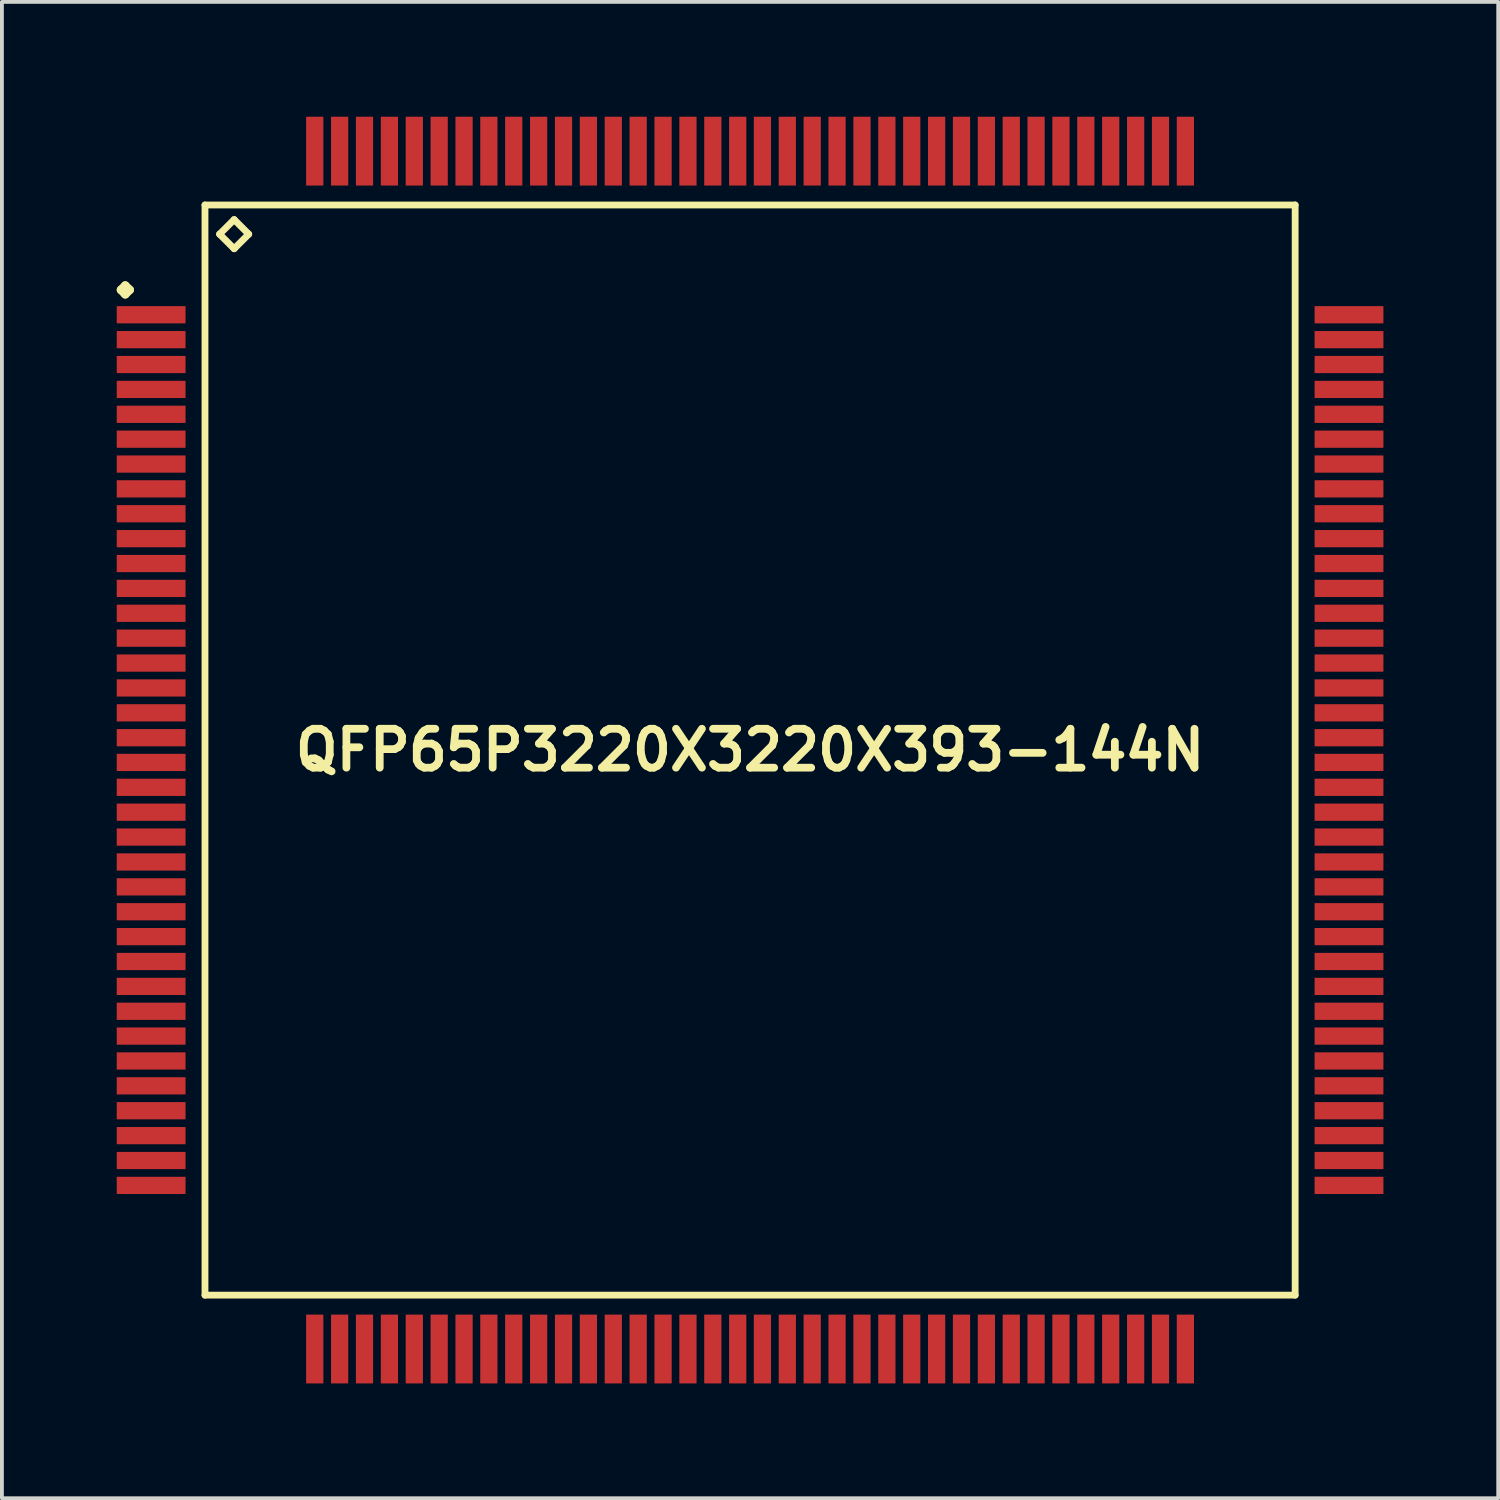
<source format=kicad_pcb>
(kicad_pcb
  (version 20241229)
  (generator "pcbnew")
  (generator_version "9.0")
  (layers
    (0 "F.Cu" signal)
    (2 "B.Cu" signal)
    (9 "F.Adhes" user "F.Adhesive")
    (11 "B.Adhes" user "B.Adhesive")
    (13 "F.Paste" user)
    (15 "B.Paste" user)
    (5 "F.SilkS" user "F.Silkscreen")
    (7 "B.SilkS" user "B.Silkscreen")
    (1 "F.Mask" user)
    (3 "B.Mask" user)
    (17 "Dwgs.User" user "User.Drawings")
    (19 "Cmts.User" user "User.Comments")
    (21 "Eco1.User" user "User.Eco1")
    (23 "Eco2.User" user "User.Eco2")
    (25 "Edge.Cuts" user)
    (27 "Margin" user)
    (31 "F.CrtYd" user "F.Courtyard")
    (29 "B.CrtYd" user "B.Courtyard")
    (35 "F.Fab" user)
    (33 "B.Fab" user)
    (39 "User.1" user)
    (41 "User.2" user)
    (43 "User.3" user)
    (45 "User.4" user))
  (footprint "QFP65P3220X3220X393-144N"
    (layer "F.Cu")
    (at 16.548 16.548)
    (property "Reference" "QFP65P3220X3220X393-144N" (at 0 0 0) (layer "F.SilkS") (effects (font (size 1.016 1.016) (thickness 0.203))))
    (attr smd)
    (fp_line (start -16.436 -12.024) (end -16.325 -12.136) (stroke (width 0.224) (type solid)) (layer "F.SilkS"))
    (fp_line (start -16.325 -12.136) (end -16.21 -12.024) (stroke (width 0.224) (type solid)) (layer "F.SilkS"))
    (fp_line (start -16.325 -11.91) (end -16.436 -12.024) (stroke (width 0.224) (type solid)) (layer "F.SilkS"))
    (fp_line (start -16.21 -12.024) (end -16.325 -11.91) (stroke (width 0.224) (type solid)) (layer "F.SilkS"))
    (fp_line (start -14.242 -14.242) (end -14.242 14.242) (stroke (width 0.178) (type solid)) (layer "F.SilkS"))
    (fp_line (start -14.242 14.242) (end 14.242 14.242) (stroke (width 0.178) (type solid)) (layer "F.SilkS"))
    (fp_line (start -13.861 -13.48) (end -13.48 -13.861) (stroke (width 0.178) (type solid)) (layer "F.SilkS"))
    (fp_line (start -13.48 -13.861) (end -13.099 -13.48) (stroke (width 0.178) (type solid)) (layer "F.SilkS"))
    (fp_line (start -13.48 -13.099) (end -13.861 -13.48) (stroke (width 0.178) (type solid)) (layer "F.SilkS"))
    (fp_line (start -13.099 -13.48) (end -13.48 -13.099) (stroke (width 0.178) (type solid)) (layer "F.SilkS"))
    (fp_line (start 14.242 -14.242) (end -14.242 -14.242) (stroke (width 0.178) (type solid)) (layer "F.SilkS"))
    (fp_line (start 14.242 14.242) (end 14.242 -14.242) (stroke (width 0.178) (type solid)) (layer "F.SilkS"))
    (pad "1" smd rect (at -15.649 -11.374) (size 1.798 0.45) (layers "F.Cu" "F.Mask" "F.Paste"))
    (pad "2" smd rect (at -15.649 -10.724) (size 1.798 0.45) (layers "F.Cu" "F.Mask" "F.Paste"))
    (pad "3" smd rect (at -15.649 -10.074) (size 1.798 0.45) (layers "F.Cu" "F.Mask" "F.Paste"))
    (pad "4" smd rect (at -15.649 -9.423) (size 1.798 0.45) (layers "F.Cu" "F.Mask" "F.Paste"))
    (pad "5" smd rect (at -15.649 -8.773) (size 1.798 0.45) (layers "F.Cu" "F.Mask" "F.Paste"))
    (pad "6" smd rect (at -15.649 -8.123) (size 1.798 0.45) (layers "F.Cu" "F.Mask" "F.Paste"))
    (pad "7" smd rect (at -15.649 -7.473) (size 1.798 0.45) (layers "F.Cu" "F.Mask" "F.Paste"))
    (pad "8" smd rect (at -15.649 -6.825) (size 1.798 0.45) (layers "F.Cu" "F.Mask" "F.Paste"))
    (pad "9" smd rect (at -15.649 -6.175) (size 1.798 0.45) (layers "F.Cu" "F.Mask" "F.Paste"))
    (pad "10" smd rect (at -15.649 -5.524) (size 1.798 0.45) (layers "F.Cu" "F.Mask" "F.Paste"))
    (pad "11" smd rect (at -15.649 -4.874) (size 1.798 0.45) (layers "F.Cu" "F.Mask" "F.Paste"))
    (pad "12" smd rect (at -15.649 -4.224) (size 1.798 0.45) (layers "F.Cu" "F.Mask" "F.Paste"))
    (pad "13" smd rect (at -15.649 -3.574) (size 1.798 0.45) (layers "F.Cu" "F.Mask" "F.Paste"))
    (pad "14" smd rect (at -15.649 -2.924) (size 1.798 0.45) (layers "F.Cu" "F.Mask" "F.Paste"))
    (pad "15" smd rect (at -15.649 -2.273) (size 1.798 0.45) (layers "F.Cu" "F.Mask" "F.Paste"))
    (pad "16" smd rect (at -15.649 -1.623) (size 1.798 0.45) (layers "F.Cu" "F.Mask" "F.Paste"))
    (pad "17" smd rect (at -15.649 -0.973) (size 1.798 0.45) (layers "F.Cu" "F.Mask" "F.Paste"))
    (pad "18" smd rect (at -15.649 -0.323) (size 1.798 0.45) (layers "F.Cu" "F.Mask" "F.Paste"))
    (pad "19" smd rect (at -15.649 0.323) (size 1.798 0.45) (layers "F.Cu" "F.Mask" "F.Paste"))
    (pad "20" smd rect (at -15.649 0.973) (size 1.798 0.45) (layers "F.Cu" "F.Mask" "F.Paste"))
    (pad "21" smd rect (at -15.649 1.623) (size 1.798 0.45) (layers "F.Cu" "F.Mask" "F.Paste"))
    (pad "22" smd rect (at -15.649 2.273) (size 1.798 0.45) (layers "F.Cu" "F.Mask" "F.Paste"))
    (pad "23" smd rect (at -15.649 2.924) (size 1.798 0.45) (layers "F.Cu" "F.Mask" "F.Paste"))
    (pad "24" smd rect (at -15.649 3.574) (size 1.798 0.45) (layers "F.Cu" "F.Mask" "F.Paste"))
    (pad "25" smd rect (at -15.649 4.224) (size 1.798 0.45) (layers "F.Cu" "F.Mask" "F.Paste"))
    (pad "26" smd rect (at -15.649 4.874) (size 1.798 0.45) (layers "F.Cu" "F.Mask" "F.Paste"))
    (pad "27" smd rect (at -15.649 5.524) (size 1.798 0.45) (layers "F.Cu" "F.Mask" "F.Paste"))
    (pad "28" smd rect (at -15.649 6.175) (size 1.798 0.45) (layers "F.Cu" "F.Mask" "F.Paste"))
    (pad "29" smd rect (at -15.649 6.825) (size 1.798 0.45) (layers "F.Cu" "F.Mask" "F.Paste"))
    (pad "30" smd rect (at -15.649 7.473) (size 1.798 0.45) (layers "F.Cu" "F.Mask" "F.Paste"))
    (pad "31" smd rect (at -15.649 8.123) (size 1.798 0.45) (layers "F.Cu" "F.Mask" "F.Paste"))
    (pad "32" smd rect (at -15.649 8.773) (size 1.798 0.45) (layers "F.Cu" "F.Mask" "F.Paste"))
    (pad "33" smd rect (at -15.649 9.423) (size 1.798 0.45) (layers "F.Cu" "F.Mask" "F.Paste"))
    (pad "34" smd rect (at -15.649 10.074) (size 1.798 0.45) (layers "F.Cu" "F.Mask" "F.Paste"))
    (pad "35" smd rect (at -15.649 10.724) (size 1.798 0.45) (layers "F.Cu" "F.Mask" "F.Paste"))
    (pad "36" smd rect (at -15.649 11.374) (size 1.798 0.45) (layers "F.Cu" "F.Mask" "F.Paste"))
    (pad "37" smd rect (at -11.374 15.649) (size 0.45 1.798) (layers "F.Cu" "F.Mask" "F.Paste"))
    (pad "38" smd rect (at -10.724 15.649) (size 0.45 1.798) (layers "F.Cu" "F.Mask" "F.Paste"))
    (pad "39" smd rect (at -10.074 15.649) (size 0.45 1.798) (layers "F.Cu" "F.Mask" "F.Paste"))
    (pad "40" smd rect (at -9.423 15.649) (size 0.45 1.798) (layers "F.Cu" "F.Mask" "F.Paste"))
    (pad "41" smd rect (at -8.773 15.649) (size 0.45 1.798) (layers "F.Cu" "F.Mask" "F.Paste"))
    (pad "42" smd rect (at -8.123 15.649) (size 0.45 1.798) (layers "F.Cu" "F.Mask" "F.Paste"))
    (pad "43" smd rect (at -7.473 15.649) (size 0.45 1.798) (layers "F.Cu" "F.Mask" "F.Paste"))
    (pad "44" smd rect (at -6.825 15.649) (size 0.45 1.798) (layers "F.Cu" "F.Mask" "F.Paste"))
    (pad "45" smd rect (at -6.175 15.649) (size 0.45 1.798) (layers "F.Cu" "F.Mask" "F.Paste"))
    (pad "46" smd rect (at -5.524 15.649) (size 0.45 1.798) (layers "F.Cu" "F.Mask" "F.Paste"))
    (pad "47" smd rect (at -4.874 15.649) (size 0.45 1.798) (layers "F.Cu" "F.Mask" "F.Paste"))
    (pad "48" smd rect (at -4.224 15.649) (size 0.45 1.798) (layers "F.Cu" "F.Mask" "F.Paste"))
    (pad "49" smd rect (at -3.574 15.649) (size 0.45 1.798) (layers "F.Cu" "F.Mask" "F.Paste"))
    (pad "50" smd rect (at -2.924 15.649) (size 0.45 1.798) (layers "F.Cu" "F.Mask" "F.Paste"))
    (pad "51" smd rect (at -2.273 15.649) (size 0.45 1.798) (layers "F.Cu" "F.Mask" "F.Paste"))
    (pad "52" smd rect (at -1.623 15.649) (size 0.45 1.798) (layers "F.Cu" "F.Mask" "F.Paste"))
    (pad "53" smd rect (at -0.973 15.649) (size 0.45 1.798) (layers "F.Cu" "F.Mask" "F.Paste"))
    (pad "54" smd rect (at -0.323 15.649) (size 0.45 1.798) (layers "F.Cu" "F.Mask" "F.Paste"))
    (pad "55" smd rect (at 0.323 15.649) (size 0.45 1.798) (layers "F.Cu" "F.Mask" "F.Paste"))
    (pad "56" smd rect (at 0.973 15.649) (size 0.45 1.798) (layers "F.Cu" "F.Mask" "F.Paste"))
    (pad "57" smd rect (at 1.623 15.649) (size 0.45 1.798) (layers "F.Cu" "F.Mask" "F.Paste"))
    (pad "58" smd rect (at 2.273 15.649) (size 0.45 1.798) (layers "F.Cu" "F.Mask" "F.Paste"))
    (pad "59" smd rect (at 2.924 15.649) (size 0.45 1.798) (layers "F.Cu" "F.Mask" "F.Paste"))
    (pad "60" smd rect (at 3.574 15.649) (size 0.45 1.798) (layers "F.Cu" "F.Mask" "F.Paste"))
    (pad "61" smd rect (at 4.224 15.649) (size 0.45 1.798) (layers "F.Cu" "F.Mask" "F.Paste"))
    (pad "62" smd rect (at 4.874 15.649) (size 0.45 1.798) (layers "F.Cu" "F.Mask" "F.Paste"))
    (pad "63" smd rect (at 5.524 15.649) (size 0.45 1.798) (layers "F.Cu" "F.Mask" "F.Paste"))
    (pad "64" smd rect (at 6.175 15.649) (size 0.45 1.798) (layers "F.Cu" "F.Mask" "F.Paste"))
    (pad "65" smd rect (at 6.825 15.649) (size 0.45 1.798) (layers "F.Cu" "F.Mask" "F.Paste"))
    (pad "66" smd rect (at 7.473 15.649) (size 0.45 1.798) (layers "F.Cu" "F.Mask" "F.Paste"))
    (pad "67" smd rect (at 8.123 15.649) (size 0.45 1.798) (layers "F.Cu" "F.Mask" "F.Paste"))
    (pad "68" smd rect (at 8.773 15.649) (size 0.45 1.798) (layers "F.Cu" "F.Mask" "F.Paste"))
    (pad "69" smd rect (at 9.423 15.649) (size 0.45 1.798) (layers "F.Cu" "F.Mask" "F.Paste"))
    (pad "70" smd rect (at 10.074 15.649) (size 0.45 1.798) (layers "F.Cu" "F.Mask" "F.Paste"))
    (pad "71" smd rect (at 10.724 15.649) (size 0.45 1.798) (layers "F.Cu" "F.Mask" "F.Paste"))
    (pad "72" smd rect (at 11.374 15.649) (size 0.45 1.798) (layers "F.Cu" "F.Mask" "F.Paste"))
    (pad "73" smd rect (at 15.649 11.374) (size 1.798 0.45) (layers "F.Cu" "F.Mask" "F.Paste"))
    (pad "74" smd rect (at 15.649 10.724) (size 1.798 0.45) (layers "F.Cu" "F.Mask" "F.Paste"))
    (pad "75" smd rect (at 15.649 10.074) (size 1.798 0.45) (layers "F.Cu" "F.Mask" "F.Paste"))
    (pad "76" smd rect (at 15.649 9.423) (size 1.798 0.45) (layers "F.Cu" "F.Mask" "F.Paste"))
    (pad "77" smd rect (at 15.649 8.773) (size 1.798 0.45) (layers "F.Cu" "F.Mask" "F.Paste"))
    (pad "78" smd rect (at 15.649 8.123) (size 1.798 0.45) (layers "F.Cu" "F.Mask" "F.Paste"))
    (pad "79" smd rect (at 15.649 7.473) (size 1.798 0.45) (layers "F.Cu" "F.Mask" "F.Paste"))
    (pad "80" smd rect (at 15.649 6.825) (size 1.798 0.45) (layers "F.Cu" "F.Mask" "F.Paste"))
    (pad "81" smd rect (at 15.649 6.175) (size 1.798 0.45) (layers "F.Cu" "F.Mask" "F.Paste"))
    (pad "82" smd rect (at 15.649 5.524) (size 1.798 0.45) (layers "F.Cu" "F.Mask" "F.Paste"))
    (pad "83" smd rect (at 15.649 4.874) (size 1.798 0.45) (layers "F.Cu" "F.Mask" "F.Paste"))
    (pad "84" smd rect (at 15.649 4.224) (size 1.798 0.45) (layers "F.Cu" "F.Mask" "F.Paste"))
    (pad "85" smd rect (at 15.649 3.574) (size 1.798 0.45) (layers "F.Cu" "F.Mask" "F.Paste"))
    (pad "86" smd rect (at 15.649 2.924) (size 1.798 0.45) (layers "F.Cu" "F.Mask" "F.Paste"))
    (pad "87" smd rect (at 15.649 2.273) (size 1.798 0.45) (layers "F.Cu" "F.Mask" "F.Paste"))
    (pad "88" smd rect (at 15.649 1.623) (size 1.798 0.45) (layers "F.Cu" "F.Mask" "F.Paste"))
    (pad "89" smd rect (at 15.649 0.973) (size 1.798 0.45) (layers "F.Cu" "F.Mask" "F.Paste"))
    (pad "90" smd rect (at 15.649 0.323) (size 1.798 0.45) (layers "F.Cu" "F.Mask" "F.Paste"))
    (pad "91" smd rect (at 15.649 -0.323) (size 1.798 0.45) (layers "F.Cu" "F.Mask" "F.Paste"))
    (pad "92" smd rect (at 15.649 -0.973) (size 1.798 0.45) (layers "F.Cu" "F.Mask" "F.Paste"))
    (pad "93" smd rect (at 15.649 -1.623) (size 1.798 0.45) (layers "F.Cu" "F.Mask" "F.Paste"))
    (pad "94" smd rect (at 15.649 -2.273) (size 1.798 0.45) (layers "F.Cu" "F.Mask" "F.Paste"))
    (pad "95" smd rect (at 15.649 -2.924) (size 1.798 0.45) (layers "F.Cu" "F.Mask" "F.Paste"))
    (pad "96" smd rect (at 15.649 -3.574) (size 1.798 0.45) (layers "F.Cu" "F.Mask" "F.Paste"))
    (pad "97" smd rect (at 15.649 -4.224) (size 1.798 0.45) (layers "F.Cu" "F.Mask" "F.Paste"))
    (pad "98" smd rect (at 15.649 -4.874) (size 1.798 0.45) (layers "F.Cu" "F.Mask" "F.Paste"))
    (pad "99" smd rect (at 15.649 -5.524) (size 1.798 0.45) (layers "F.Cu" "F.Mask" "F.Paste"))
    (pad "100" smd rect (at 15.649 -6.175) (size 1.798 0.45) (layers "F.Cu" "F.Mask" "F.Paste"))
    (pad "101" smd rect (at 15.649 -6.825) (size 1.798 0.45) (layers "F.Cu" "F.Mask" "F.Paste"))
    (pad "102" smd rect (at 15.649 -7.473) (size 1.798 0.45) (layers "F.Cu" "F.Mask" "F.Paste"))
    (pad "103" smd rect (at 15.649 -8.123) (size 1.798 0.45) (layers "F.Cu" "F.Mask" "F.Paste"))
    (pad "104" smd rect (at 15.649 -8.773) (size 1.798 0.45) (layers "F.Cu" "F.Mask" "F.Paste"))
    (pad "105" smd rect (at 15.649 -9.423) (size 1.798 0.45) (layers "F.Cu" "F.Mask" "F.Paste"))
    (pad "106" smd rect (at 15.649 -10.074) (size 1.798 0.45) (layers "F.Cu" "F.Mask" "F.Paste"))
    (pad "107" smd rect (at 15.649 -10.724) (size 1.798 0.45) (layers "F.Cu" "F.Mask" "F.Paste"))
    (pad "108" smd rect (at 15.649 -11.374) (size 1.798 0.45) (layers "F.Cu" "F.Mask" "F.Paste"))
    (pad "109" smd rect (at 11.374 -15.649) (size 0.45 1.798) (layers "F.Cu" "F.Mask" "F.Paste"))
    (pad "110" smd rect (at 10.724 -15.649) (size 0.45 1.798) (layers "F.Cu" "F.Mask" "F.Paste"))
    (pad "111" smd rect (at 10.074 -15.649) (size 0.45 1.798) (layers "F.Cu" "F.Mask" "F.Paste"))
    (pad "112" smd rect (at 9.423 -15.649) (size 0.45 1.798) (layers "F.Cu" "F.Mask" "F.Paste"))
    (pad "113" smd rect (at 8.773 -15.649) (size 0.45 1.798) (layers "F.Cu" "F.Mask" "F.Paste"))
    (pad "114" smd rect (at 8.123 -15.649) (size 0.45 1.798) (layers "F.Cu" "F.Mask" "F.Paste"))
    (pad "115" smd rect (at 7.473 -15.649) (size 0.45 1.798) (layers "F.Cu" "F.Mask" "F.Paste"))
    (pad "116" smd rect (at 6.825 -15.649) (size 0.45 1.798) (layers "F.Cu" "F.Mask" "F.Paste"))
    (pad "117" smd rect (at 6.175 -15.649) (size 0.45 1.798) (layers "F.Cu" "F.Mask" "F.Paste"))
    (pad "118" smd rect (at 5.524 -15.649) (size 0.45 1.798) (layers "F.Cu" "F.Mask" "F.Paste"))
    (pad "119" smd rect (at 4.874 -15.649) (size 0.45 1.798) (layers "F.Cu" "F.Mask" "F.Paste"))
    (pad "120" smd rect (at 4.224 -15.649) (size 0.45 1.798) (layers "F.Cu" "F.Mask" "F.Paste"))
    (pad "121" smd rect (at 3.574 -15.649) (size 0.45 1.798) (layers "F.Cu" "F.Mask" "F.Paste"))
    (pad "122" smd rect (at 2.924 -15.649) (size 0.45 1.798) (layers "F.Cu" "F.Mask" "F.Paste"))
    (pad "123" smd rect (at 2.273 -15.649) (size 0.45 1.798) (layers "F.Cu" "F.Mask" "F.Paste"))
    (pad "124" smd rect (at 1.623 -15.649) (size 0.45 1.798) (layers "F.Cu" "F.Mask" "F.Paste"))
    (pad "125" smd rect (at 0.973 -15.649) (size 0.45 1.798) (layers "F.Cu" "F.Mask" "F.Paste"))
    (pad "126" smd rect (at 0.323 -15.649) (size 0.45 1.798) (layers "F.Cu" "F.Mask" "F.Paste"))
    (pad "127" smd rect (at -0.323 -15.649) (size 0.45 1.798) (layers "F.Cu" "F.Mask" "F.Paste"))
    (pad "128" smd rect (at -0.973 -15.649) (size 0.45 1.798) (layers "F.Cu" "F.Mask" "F.Paste"))
    (pad "129" smd rect (at -1.623 -15.649) (size 0.45 1.798) (layers "F.Cu" "F.Mask" "F.Paste"))
    (pad "130" smd rect (at -2.273 -15.649) (size 0.45 1.798) (layers "F.Cu" "F.Mask" "F.Paste"))
    (pad "131" smd rect (at -2.924 -15.649) (size 0.45 1.798) (layers "F.Cu" "F.Mask" "F.Paste"))
    (pad "132" smd rect (at -3.574 -15.649) (size 0.45 1.798) (layers "F.Cu" "F.Mask" "F.Paste"))
    (pad "133" smd rect (at -4.224 -15.649) (size 0.45 1.798) (layers "F.Cu" "F.Mask" "F.Paste"))
    (pad "134" smd rect (at -4.874 -15.649) (size 0.45 1.798) (layers "F.Cu" "F.Mask" "F.Paste"))
    (pad "135" smd rect (at -5.524 -15.649) (size 0.45 1.798) (layers "F.Cu" "F.Mask" "F.Paste"))
    (pad "136" smd rect (at -6.175 -15.649) (size 0.45 1.798) (layers "F.Cu" "F.Mask" "F.Paste"))
    (pad "137" smd rect (at -6.825 -15.649) (size 0.45 1.798) (layers "F.Cu" "F.Mask" "F.Paste"))
    (pad "138" smd rect (at -7.473 -15.649) (size 0.45 1.798) (layers "F.Cu" "F.Mask" "F.Paste"))
    (pad "139" smd rect (at -8.123 -15.649) (size 0.45 1.798) (layers "F.Cu" "F.Mask" "F.Paste"))
    (pad "140" smd rect (at -8.773 -15.649) (size 0.45 1.798) (layers "F.Cu" "F.Mask" "F.Paste"))
    (pad "141" smd rect (at -9.423 -15.649) (size 0.45 1.798) (layers "F.Cu" "F.Mask" "F.Paste"))
    (pad "142" smd rect (at -10.074 -15.649) (size 0.45 1.798) (layers "F.Cu" "F.Mask" "F.Paste"))
    (pad "143" smd rect (at -10.724 -15.649) (size 0.45 1.798) (layers "F.Cu" "F.Mask" "F.Paste"))
    (pad "144" smd rect (at -11.374 -15.649) (size 0.45 1.798) (layers "F.Cu" "F.Mask" "F.Paste")))
  (gr_rect
    (start -3 -3)
    (end 36.096 36.096)
    (stroke (width 0.1) (type default))
    (fill no)
    (layer "Edge.Cuts")))
</source>
